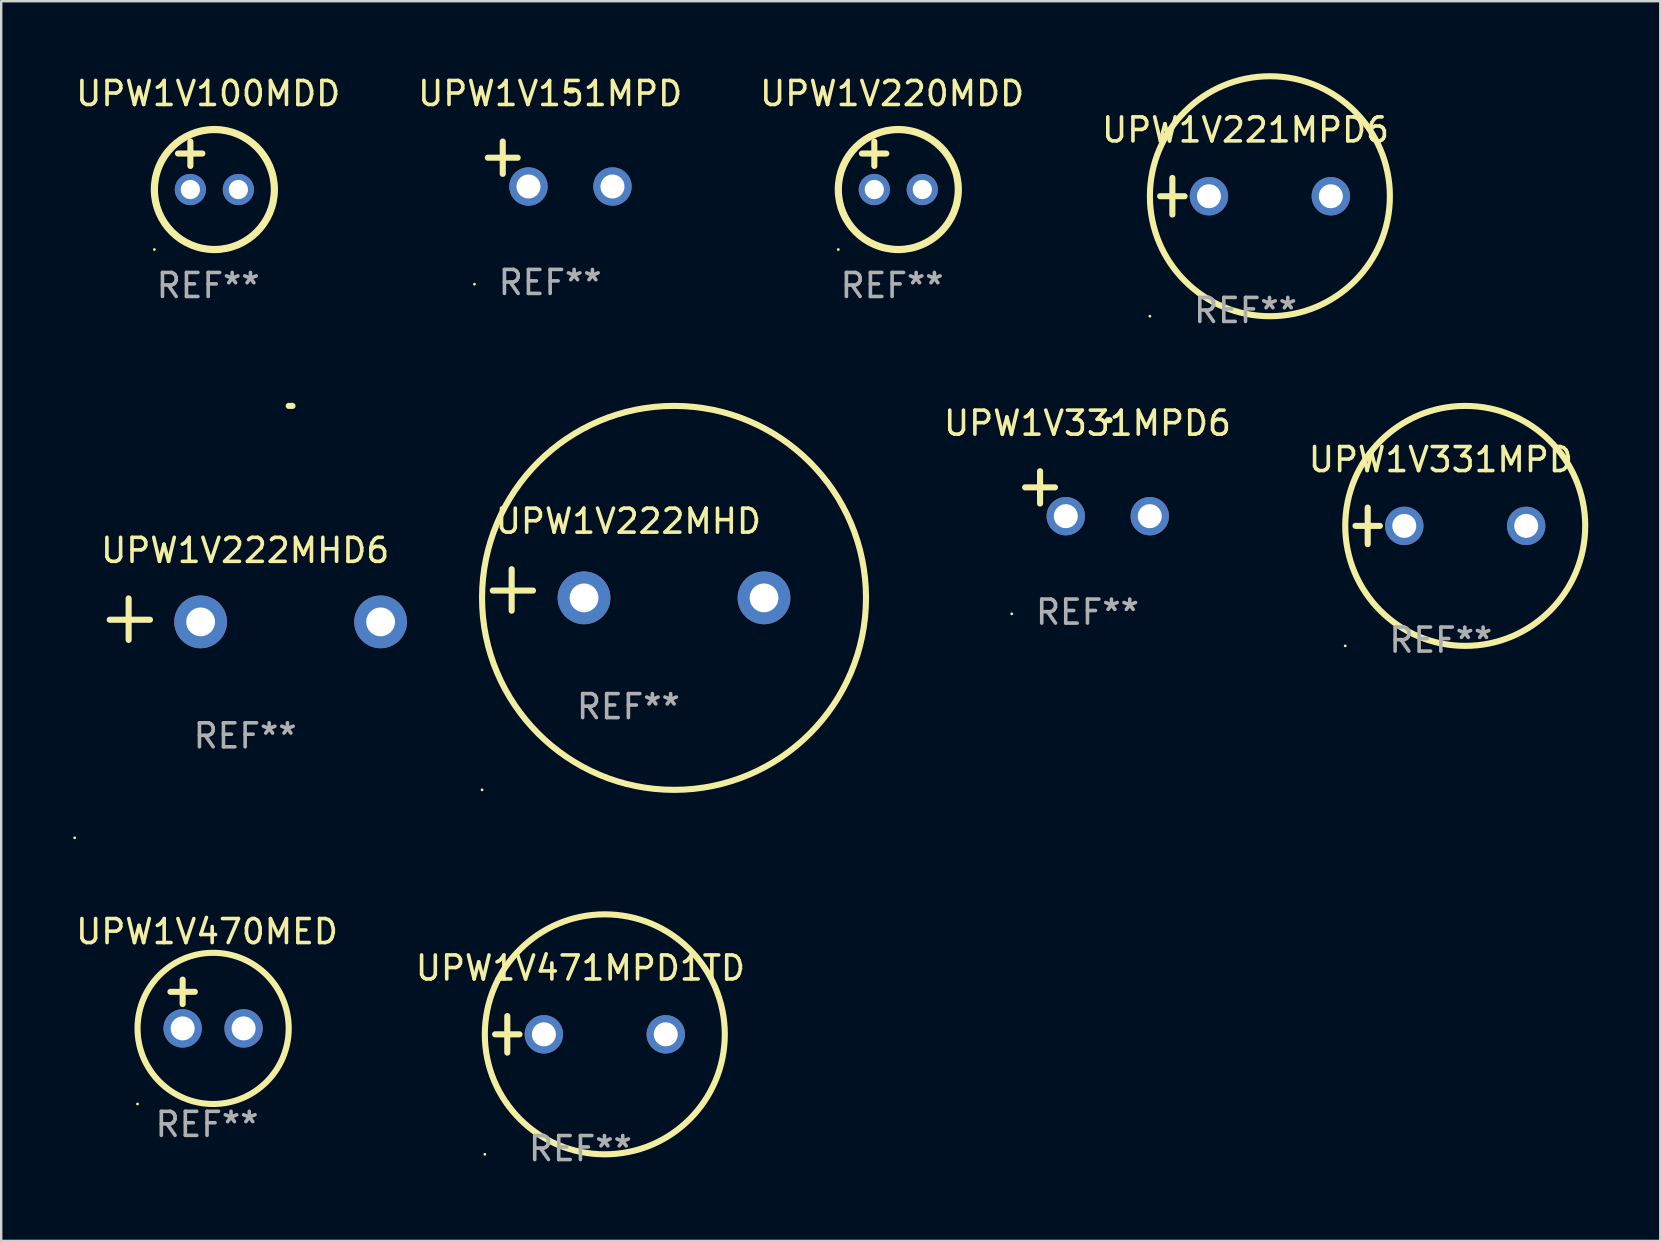
<source format=kicad_pcb>
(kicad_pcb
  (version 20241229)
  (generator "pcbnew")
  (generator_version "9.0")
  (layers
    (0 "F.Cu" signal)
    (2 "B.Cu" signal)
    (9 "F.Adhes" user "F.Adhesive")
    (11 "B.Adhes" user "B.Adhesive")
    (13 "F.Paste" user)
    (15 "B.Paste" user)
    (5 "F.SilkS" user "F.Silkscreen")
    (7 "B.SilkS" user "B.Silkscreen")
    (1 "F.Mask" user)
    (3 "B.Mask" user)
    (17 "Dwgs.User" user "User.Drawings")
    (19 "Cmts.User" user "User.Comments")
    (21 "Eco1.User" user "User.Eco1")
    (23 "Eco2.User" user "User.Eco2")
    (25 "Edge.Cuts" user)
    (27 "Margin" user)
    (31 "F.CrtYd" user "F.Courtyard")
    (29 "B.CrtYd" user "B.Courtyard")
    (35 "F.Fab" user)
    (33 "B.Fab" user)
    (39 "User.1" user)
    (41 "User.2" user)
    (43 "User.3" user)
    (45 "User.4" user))
  (footprint "UPW1V471MPD1TD"
    (layer "F.Cu")
    (at 21.137 40.051)
    (property "Reference" "UPW1V471MPD1TD" (at 0 -2.762 0) (layer "F.SilkS") (effects (font (size 1 1) (thickness 0.15))))
    (attr through_hole)
    (fp_line (start -3.556 0) (end -2.54 0) (stroke (width 0.254) (type solid)) (layer "F.SilkS"))
    (fp_line (start -3.048 -0.762) (end -3.048 0.762) (stroke (width 0.254) (type solid)) (layer "F.SilkS"))
    (fp_circle (center -3.984 5) (end -3.954 5) (stroke (width 0.06) (type solid)) (fill no) (layer "F.SilkS"))
    (fp_circle (center 1.016 0) (end 6.016 0) (stroke (width 0.254) (type solid)) (fill no) (layer "F.SilkS"))
    (fp_text user "REF**" (at 0 4.762 0) (layer "F.Fab") (effects (font (size 1 1) (thickness 0.15))))
    (pad "1" thru_hole circle (at -1.524 0) (size 1.6 1.6) (drill 1) (layers "*.Cu" "*.Mask"))
    (pad "2" thru_hole circle (at 3.556 0) (size 1.6 1.6) (drill 1) (layers "*.Cu" "*.Mask")))
  (footprint "UPW1V470MED"
    (layer "F.Cu")
    (at 5.577 38.788)
    (property "Reference" "UPW1V470MED" (at 0 -3.016 0) (layer "F.SilkS") (effects (font (size 1 1) (thickness 0.15))))
    (attr through_hole)
    (fp_line (start -1.524 -0.508) (end -0.508 -0.508) (stroke (width 0.254) (type solid)) (layer "F.SilkS"))
    (fp_line (start -1.016 -1.016) (end -1.016 0) (stroke (width 0.254) (type solid)) (layer "F.SilkS"))
    (fp_circle (center -2.896 4.166) (end -2.866 4.166) (stroke (width 0.06) (type solid)) (fill no) (layer "F.SilkS"))
    (fp_circle (center 0.254 1.016) (end 3.404 1.016) (stroke (width 0.254) (type solid)) (fill no) (layer "F.SilkS"))
    (fp_text user "REF**" (at 0 5.016 0) (layer "F.Fab") (effects (font (size 1 1) (thickness 0.15))))
    (pad "1" thru_hole circle (at -1.016 1.016) (size 1.6 1.6) (drill 1) (layers "*.Cu" "*.Mask"))
    (pad "2" thru_hole circle (at 1.524 1.016) (size 1.6 1.6) (drill 1) (layers "*.Cu" "*.Mask")))
  (footprint "UPW1V100MDD"
    (layer "F.Cu")
    (at 5.625 3.848)
    (property "Reference" "UPW1V100MDD" (at 0 -3 0) (layer "F.SilkS") (effects (font (size 1 1) (thickness 0.15))))
    (attr through_hole)
    (fp_line (start -1.258 -0.5) (end -0.242 -0.5) (stroke (width 0.254) (type solid)) (layer "F.SilkS"))
    (fp_line (start -0.742 -1) (end -0.742 0.016) (stroke (width 0.254) (type solid)) (layer "F.SilkS"))
    (fp_circle (center -2.242 3.5) (end -2.212 3.5) (stroke (width 0.06) (type solid)) (fill no) (layer "F.SilkS"))
    (fp_circle (center 0.258 1) (end 2.758 1) (stroke (width 0.3) (type solid)) (fill no) (layer "F.SilkS"))
    (fp_text user "REF**" (at 0 5 0) (layer "F.Fab") (effects (font (size 1 1) (thickness 0.15))))
    (pad "1" thru_hole circle (at -0.742 1) (size 1.3 1.3) (drill 0.8) (layers "*.Cu" "*.Mask"))
    (pad "2" thru_hole circle (at 1.258 1) (size 1.3 1.3) (drill 0.8) (layers "*.Cu" "*.Mask")))
  (footprint "UPW1V222MHD"
    (layer "F.Cu")
    (at 23.135 21.534)
    (property "Reference" "UPW1V222MHD" (at 0 -2.864 0) (layer "F.SilkS") (effects (font (size 1 1) (thickness 0.15))))
    (attr through_hole)
    (fp_line (start -4.864 0.864) (end -4.864 -0.864) (stroke (width 0.254) (type solid)) (layer "F.SilkS"))
    (fp_line (start -3.975 0.025) (end -5.652 0.025) (stroke (width 0.254) (type solid)) (layer "F.SilkS"))
    (fp_circle (center -6.098 8.33) (end -6.068 8.33) (stroke (width 0.06) (type solid)) (fill no) (layer "F.SilkS"))
    (fp_circle (center 1.902 0.33) (end 9.902 0.33) (stroke (width 0.254) (type solid)) (fill no) (layer "F.SilkS"))
    (fp_text user "REF**" (at 0 4.864 0) (layer "F.Fab") (effects (font (size 1 1) (thickness 0.15))))
    (pad "1" thru_hole circle (at -1.848 0.33) (size 2.2 2.2) (drill 1.2) (layers "*.Cu" "*.Mask"))
    (pad "2" thru_hole circle (at 5.652 0.33) (size 2.2 2.2) (drill 1.2) (layers "*.Cu" "*.Mask")))
  (footprint "UPW1V151MPD"
    (layer "F.Cu")
    (at 19.875 3.785)
    (property "Reference" "UPW1V151MPD" (at 0 -2.937 0) (layer "F.SilkS") (effects (font (size 1 1) (thickness 0.15))))
    (attr through_hole)
    (fp_line (start -1.975 0.41) (end -1.975 -0.937) (stroke (width 0.254) (type solid)) (layer "F.SilkS"))
    (fp_line (start -1.353 -0.263) (end -2.597 -0.263) (stroke (width 0.254) (type solid)) (layer "F.SilkS"))
    (fp_arc (start 0.849809 -3.063957) (mid 0.885369 -3.064114) (end 0.920929 -3.063957) (stroke (width 0.254001) (type solid)) (layer "F.SilkS"))
    (fp_circle (center -3.154 5.008) (end -3.124 5.008) (stroke (width 0.06) (type solid)) (fill no) (layer "F.SilkS"))
    (fp_text user "REF**" (at 0 4.937 0) (layer "F.Fab") (effects (font (size 1 1) (thickness 0.15))))
    (pad "1" thru_hole circle (at -0.903 0.937) (size 1.6 1.6) (drill 1) (layers "*.Cu" "*.Mask"))
    (pad "2" thru_hole circle (at 2.597 0.937) (size 1.6 1.6) (drill 1) (layers "*.Cu" "*.Mask")))
  (footprint "UPW1V220MDD"
    (layer "F.Cu")
    (at 34.125 3.848)
    (property "Reference" "UPW1V220MDD" (at 0 -3 0) (layer "F.SilkS") (effects (font (size 1 1) (thickness 0.15))))
    (attr through_hole)
    (fp_line (start -1.258 -0.5) (end -0.242 -0.5) (stroke (width 0.254) (type solid)) (layer "F.SilkS"))
    (fp_line (start -0.742 -1) (end -0.742 0.016) (stroke (width 0.254) (type solid)) (layer "F.SilkS"))
    (fp_circle (center -2.242 3.5) (end -2.212 3.5) (stroke (width 0.06) (type solid)) (fill no) (layer "F.SilkS"))
    (fp_circle (center 0.258 1) (end 2.758 1) (stroke (width 0.3) (type solid)) (fill no) (layer "F.SilkS"))
    (fp_text user "REF**" (at 0 5 0) (layer "F.Fab") (effects (font (size 1 1) (thickness 0.15))))
    (pad "1" thru_hole circle (at -0.742 1) (size 1.3 1.3) (drill 0.8) (layers "*.Cu" "*.Mask"))
    (pad "2" thru_hole circle (at 1.258 1) (size 1.3 1.3) (drill 0.8) (layers "*.Cu" "*.Mask")))
  (footprint "UPW1V331MPD6"
    (layer "F.Cu")
    (at 42.265 17.522)
    (property "Reference" "UPW1V331MPD6" (at 0 -2.937 0) (layer "F.SilkS") (effects (font (size 1 1) (thickness 0.15))))
    (attr through_hole)
    (fp_line (start -1.975 0.41) (end -1.975 -0.937) (stroke (width 0.254) (type solid)) (layer "F.SilkS"))
    (fp_line (start -1.353 -0.263) (end -2.597 -0.263) (stroke (width 0.254) (type solid)) (layer "F.SilkS"))
    (fp_arc (start 0.849809 -3.063957) (mid 0.885369 -3.064114) (end 0.920929 -3.063957) (stroke (width 0.254001) (type solid)) (layer "F.SilkS"))
    (fp_circle (center -3.154 5.008) (end -3.124 5.008) (stroke (width 0.06) (type solid)) (fill no) (layer "F.SilkS"))
    (fp_text user "REF**" (at 0 4.937 0) (layer "F.Fab") (effects (font (size 1 1) (thickness 0.15))))
    (pad "1" thru_hole circle (at -0.903 0.937) (size 1.6 1.6) (drill 1) (layers "*.Cu" "*.Mask"))
    (pad "2" thru_hole circle (at 2.597 0.937) (size 1.6 1.6) (drill 1) (layers "*.Cu" "*.Mask")))
  (footprint "UPW1V331MPD"
    (layer "F.Cu")
    (at 56.991 18.864)
    (property "Reference" "UPW1V331MPD" (at 0 -2.762 0) (layer "F.SilkS") (effects (font (size 1 1) (thickness 0.15))))
    (attr through_hole)
    (fp_line (start -3.556 0) (end -2.54 0) (stroke (width 0.254) (type solid)) (layer "F.SilkS"))
    (fp_line (start -3.048 -0.762) (end -3.048 0.762) (stroke (width 0.254) (type solid)) (layer "F.SilkS"))
    (fp_circle (center -3.984 5) (end -3.954 5) (stroke (width 0.06) (type solid)) (fill no) (layer "F.SilkS"))
    (fp_circle (center 1.016 0) (end 6.016 0) (stroke (width 0.254) (type solid)) (fill no) (layer "F.SilkS"))
    (fp_text user "REF**" (at 0 4.762 0) (layer "F.Fab") (effects (font (size 1 1) (thickness 0.15))))
    (pad "1" thru_hole circle (at -1.524 0) (size 1.6 1.6) (drill 1) (layers "*.Cu" "*.Mask"))
    (pad "2" thru_hole circle (at 3.556 0) (size 1.6 1.6) (drill 1) (layers "*.Cu" "*.Mask")))
  (footprint "UPW1V221MPD6"
    (layer "F.Cu")
    (at 48.851 5.127)
    (property "Reference" "UPW1V221MPD6" (at 0 -2.762 0) (layer "F.SilkS") (effects (font (size 1 1) (thickness 0.15))))
    (attr through_hole)
    (fp_line (start -3.556 0) (end -2.54 0) (stroke (width 0.254) (type solid)) (layer "F.SilkS"))
    (fp_line (start -3.048 -0.762) (end -3.048 0.762) (stroke (width 0.254) (type solid)) (layer "F.SilkS"))
    (fp_circle (center -3.984 5) (end -3.954 5) (stroke (width 0.06) (type solid)) (fill no) (layer "F.SilkS"))
    (fp_circle (center 1.016 0) (end 6.016 0) (stroke (width 0.254) (type solid)) (fill no) (layer "F.SilkS"))
    (fp_text user "REF**" (at 0 4.762 0) (layer "F.Fab") (effects (font (size 1 1) (thickness 0.15))))
    (pad "1" thru_hole circle (at -1.524 0) (size 1.6 1.6) (drill 1) (layers "*.Cu" "*.Mask"))
    (pad "2" thru_hole circle (at 3.556 0) (size 1.6 1.6) (drill 1) (layers "*.Cu" "*.Mask")))
  (footprint "UPW1V222MHD6"
    (layer "F.Cu")
    (at 7.166 22.75)
    (property "Reference" "UPW1V222MHD6" (at 0 -2.864 0) (layer "F.SilkS") (effects (font (size 1 1) (thickness 0.15))))
    (attr through_hole)
    (fp_line (start -4.856 0.864) (end -4.856 -0.864) (stroke (width 0.254) (type solid)) (layer "F.SilkS"))
    (fp_line (start -3.967 0.025) (end -5.644 0.025) (stroke (width 0.254) (type solid)) (layer "F.SilkS"))
    (fp_arc (start 1.815024 -8.885649) (mid 1.893764 -8.88599) (end 1.972504 -8.885649) (stroke (width 0.254001) (type solid)) (layer "F.SilkS"))
    (fp_circle (center -7.106 9.114) (end -7.076 9.114) (stroke (width 0.06) (type solid)) (fill no) (layer "F.SilkS"))
    (fp_text user "REF**" (at 0 4.864 0) (layer "F.Fab") (effects (font (size 1 1) (thickness 0.15))))
    (pad "1" thru_hole circle (at -1.856 0.114) (size 2.2 2.2) (drill 1.2) (layers "*.Cu" "*.Mask"))
    (pad "2" thru_hole circle (at 5.644 0.114) (size 2.2 2.2) (drill 1.2) (layers "*.Cu" "*.Mask")))
  (gr_rect
    (start -3 -3)
    (end 66.134 48.661)
    (stroke (width 0.1) (type default))
    (fill no)
    (layer "Edge.Cuts")))
</source>
